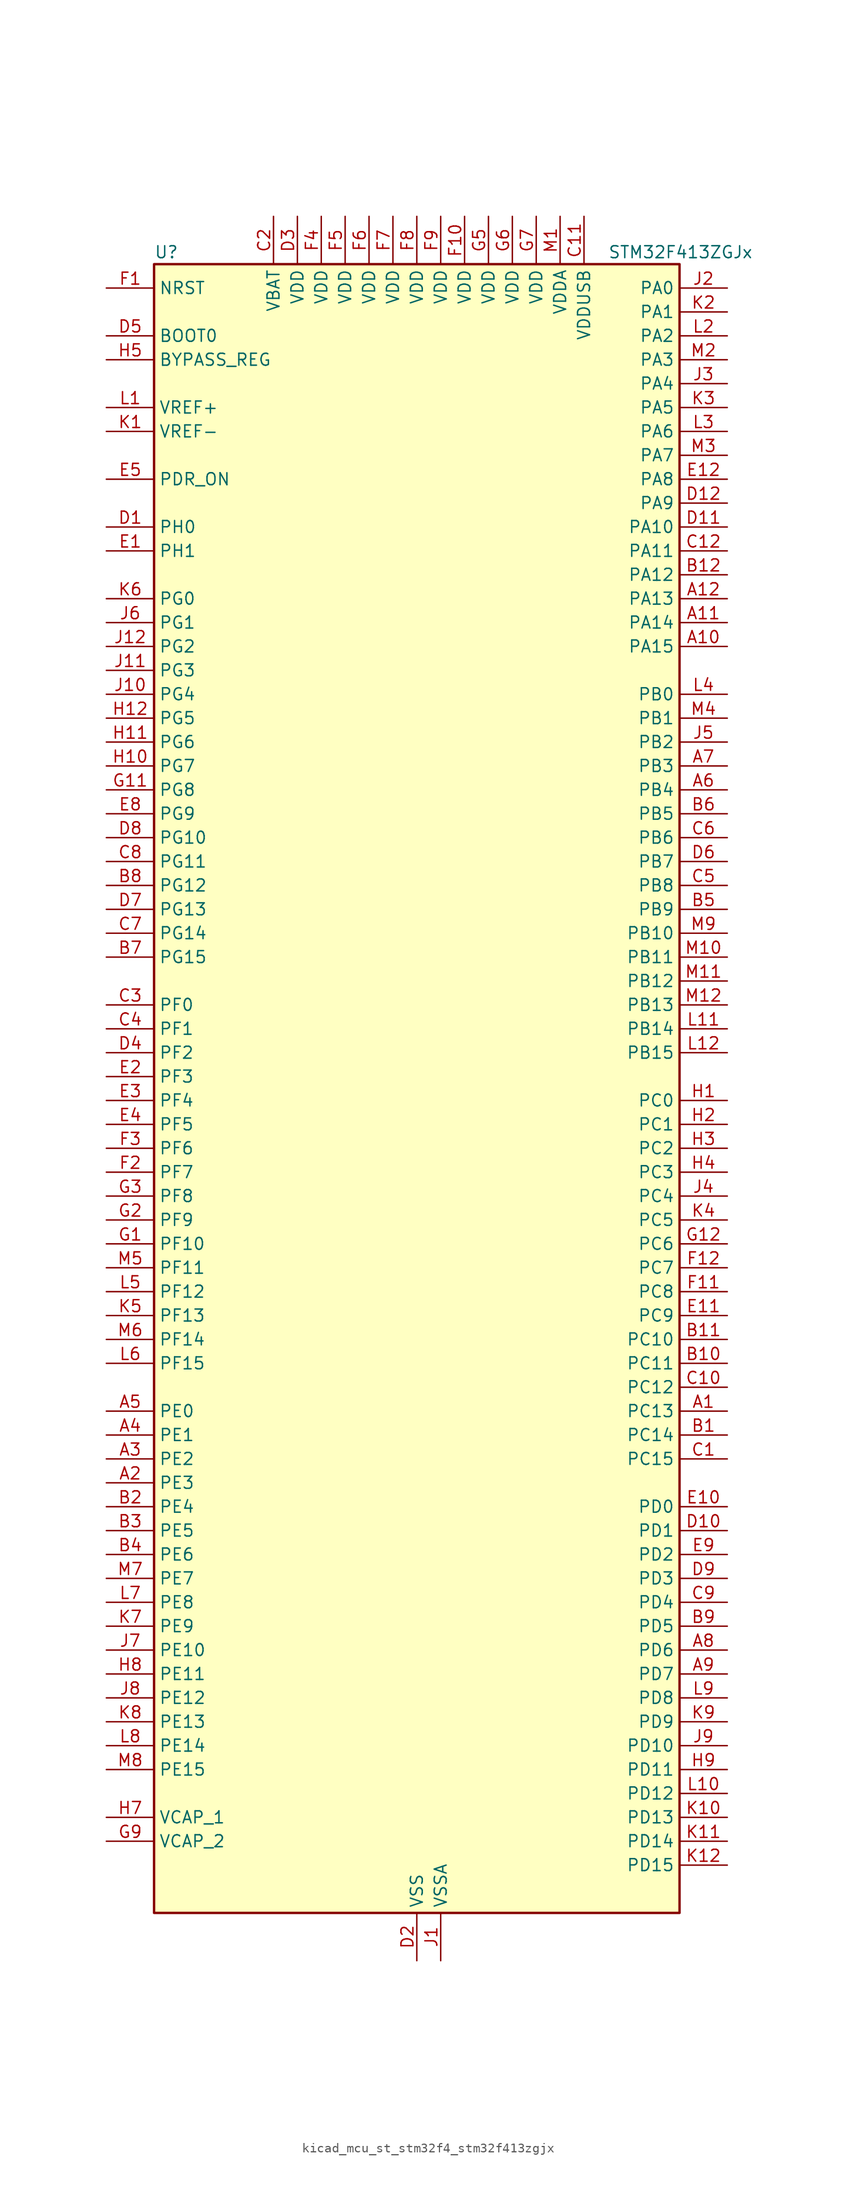
<source format=kicad_sym>
(kicad_symbol_lib
  (version 20220914)
  (generator kicad_symbol_editor)
  (symbol "kicad_mcu_st_stm32f4_stm32f413zgjx"
    (property "Reference" "U"
      (at -27.94 90.17 0)
      (effects (font (size 1.27 1.27)) (justify left)))
    (property "Value" "STM32F413ZGJx"
      (at 20.32 90.17 0)
      (effects (font (size 1.27 1.27)) (justify left)))
    (property "ki_locked" ""
      (at 0 0 0)
      (effects (font (size 1.27 1.27))))
    (symbol "kicad_mcu_st_stm32f4_stm32f413zgjx_0_1"
      (rectangle (start -27.94 -86.36) (end 27.94 88.9) (stroke (width 0.254) (type default)) (fill (type background))))
    (symbol "kicad_mcu_st_stm32f4_stm32f413zgjx_1_1"
      (pin bidirectional line (at 33.02 -33.02 180) (length 5.08) (name "PC13" (effects (font (size 1.27 1.27)))) (number "A1" (effects (font (size 1.27 1.27)))) (alternate "RTC_AF1" bidirectional line))
      (pin bidirectional line (at 33.02 48.26 180) (length 5.08) (name "PA15" (effects (font (size 1.27 1.27)))) (number "A10" (effects (font (size 1.27 1.27)))) (alternate "ADC1_EXTI15" bidirectional line) (alternate "CAN3_TX" bidirectional line) (alternate "I2S1_WS" bidirectional line) (alternate "I2S3_WS" bidirectional line) (alternate "SAI1_MCLK_A" bidirectional line) (alternate "SPI1_NSS" bidirectional line) (alternate "SPI3_NSS" bidirectional line) (alternate "SYS_JTDI" bidirectional line) (alternate "TIM2_CH1" bidirectional line) (alternate "TIM2_ETR" bidirectional line) (alternate "UART7_TX" bidirectional line) (alternate "USART1_TX" bidirectional line))
      (pin bidirectional line (at 33.02 50.8 180) (length 5.08) (name "PA14" (effects (font (size 1.27 1.27)))) (number "A11" (effects (font (size 1.27 1.27)))) (alternate "SYS_JTCK-SWCLK" bidirectional line))
      (pin bidirectional line (at 33.02 53.34 180) (length 5.08) (name "PA13" (effects (font (size 1.27 1.27)))) (number "A12" (effects (font (size 1.27 1.27)))) (alternate "SYS_JTMS-SWDIO" bidirectional line))
      (pin bidirectional line (at -33.02 -40.64 0) (length 5.08) (name "PE3" (effects (font (size 1.27 1.27)))) (number "A2" (effects (font (size 1.27 1.27)))) (alternate "FSMC_A19" bidirectional line) (alternate "SAI1_SD_B" bidirectional line) (alternate "SYS_TRACED0" bidirectional line) (alternate "UART10_TX" bidirectional line))
      (pin bidirectional line (at -33.02 -38.1 0) (length 5.08) (name "PE2" (effects (font (size 1.27 1.27)))) (number "A3" (effects (font (size 1.27 1.27)))) (alternate "FSMC_A23" bidirectional line) (alternate "I2S4_CK" bidirectional line) (alternate "I2S5_CK" bidirectional line) (alternate "QUADSPI_BK1_IO2" bidirectional line) (alternate "SAI1_MCLK_A" bidirectional line) (alternate "SPI4_SCK" bidirectional line) (alternate "SPI5_SCK" bidirectional line) (alternate "SYS_TRACECLK" bidirectional line) (alternate "UART10_RX" bidirectional line))
      (pin bidirectional line (at -33.02 -35.56 0) (length 5.08) (name "PE1" (effects (font (size 1.27 1.27)))) (number "A4" (effects (font (size 1.27 1.27)))) (alternate "DFSDM2_DATIN4" bidirectional line) (alternate "FSMC_NBL1" bidirectional line) (alternate "UART8_TX" bidirectional line))
      (pin bidirectional line (at -33.02 -33.02 0) (length 5.08) (name "PE0" (effects (font (size 1.27 1.27)))) (number "A5" (effects (font (size 1.27 1.27)))) (alternate "DFSDM2_CKIN4" bidirectional line) (alternate "FSMC_NBL0" bidirectional line) (alternate "TIM4_ETR" bidirectional line) (alternate "UART8_RX" bidirectional line))
      (pin bidirectional line (at 33.02 33.02 180) (length 5.08) (name "PB4" (effects (font (size 1.27 1.27)))) (number "A6" (effects (font (size 1.27 1.27)))) (alternate "CAN3_TX" bidirectional line) (alternate "I2C3_SDA" bidirectional line) (alternate "I2S3_ext_SD" bidirectional line) (alternate "SAI1_SCK_A" bidirectional line) (alternate "SDIO_D0" bidirectional line) (alternate "SPI1_MISO" bidirectional line) (alternate "SPI3_MISO" bidirectional line) (alternate "SYS_JTRST" bidirectional line) (alternate "TIM3_CH1" bidirectional line) (alternate "UART7_TX" bidirectional line))
      (pin bidirectional line (at 33.02 35.56 180) (length 5.08) (name "PB3" (effects (font (size 1.27 1.27)))) (number "A7" (effects (font (size 1.27 1.27)))) (alternate "CAN3_RX" bidirectional line) (alternate "FMPI2C1_SDA" bidirectional line) (alternate "I2C2_SDA" bidirectional line) (alternate "I2S1_CK" bidirectional line) (alternate "I2S3_CK" bidirectional line) (alternate "SAI1_SD_A" bidirectional line) (alternate "SPI1_SCK" bidirectional line) (alternate "SPI3_SCK" bidirectional line) (alternate "SYS_JTDO-SWO" bidirectional line) (alternate "TIM2_CH2" bidirectional line) (alternate "UART7_RX" bidirectional line) (alternate "USART1_RX" bidirectional line))
      (pin bidirectional line (at 33.02 -58.42 180) (length 5.08) (name "PD6" (effects (font (size 1.27 1.27)))) (number "A8" (effects (font (size 1.27 1.27)))) (alternate "DFSDM1_DATIN1" bidirectional line) (alternate "FSMC_NWAIT" bidirectional line) (alternate "I2S3_SD" bidirectional line) (alternate "SPI3_MOSI" bidirectional line) (alternate "USART2_RX" bidirectional line))
      (pin bidirectional line (at 33.02 -60.96 180) (length 5.08) (name "PD7" (effects (font (size 1.27 1.27)))) (number "A9" (effects (font (size 1.27 1.27)))) (alternate "DFSDM1_CKIN1" bidirectional line) (alternate "FSMC_NE1" bidirectional line) (alternate "USART2_CK" bidirectional line))
      (pin bidirectional line (at 33.02 -35.56 180) (length 5.08) (name "PC14" (effects (font (size 1.27 1.27)))) (number "B1" (effects (font (size 1.27 1.27)))) (alternate "RCC_OSC32_IN" bidirectional line))
      (pin bidirectional line (at 33.02 -27.94 180) (length 5.08) (name "PC11" (effects (font (size 1.27 1.27)))) (number "B10" (effects (font (size 1.27 1.27)))) (alternate "ADC1_EXTI11" bidirectional line) (alternate "DFSDM2_DATIN5" bidirectional line) (alternate "FSMC_D2" bidirectional line) (alternate "FSMC_DA2" bidirectional line) (alternate "I2S3_ext_SD" bidirectional line) (alternate "QUADSPI_BK2_NCS" bidirectional line) (alternate "SDIO_D3" bidirectional line) (alternate "SPI3_MISO" bidirectional line) (alternate "UART4_RX" bidirectional line) (alternate "USART3_RX" bidirectional line))
      (pin bidirectional line (at 33.02 -25.4 180) (length 5.08) (name "PC10" (effects (font (size 1.27 1.27)))) (number "B11" (effects (font (size 1.27 1.27)))) (alternate "DFSDM2_CKIN5" bidirectional line) (alternate "I2S3_CK" bidirectional line) (alternate "QUADSPI_BK1_IO1" bidirectional line) (alternate "SDIO_D2" bidirectional line) (alternate "SPI3_SCK" bidirectional line) (alternate "USART3_TX" bidirectional line))
      (pin bidirectional line (at 33.02 55.88 180) (length 5.08) (name "PA12" (effects (font (size 1.27 1.27)))) (number "B12" (effects (font (size 1.27 1.27)))) (alternate "CAN1_TX" bidirectional line) (alternate "DFSDM2_DATIN5" bidirectional line) (alternate "SPI2_MISO" bidirectional line) (alternate "SPI5_MISO" bidirectional line) (alternate "TIM1_ETR" bidirectional line) (alternate "UART4_TX" bidirectional line) (alternate "USART1_RTS" bidirectional line) (alternate "USART6_RX" bidirectional line) (alternate "USB_OTG_FS_DP" bidirectional line))
      (pin bidirectional line (at -33.02 -43.18 0) (length 5.08) (name "PE4" (effects (font (size 1.27 1.27)))) (number "B2" (effects (font (size 1.27 1.27)))) (alternate "DFSDM1_DATIN3" bidirectional line) (alternate "FSMC_A20" bidirectional line) (alternate "I2S4_WS" bidirectional line) (alternate "I2S5_WS" bidirectional line) (alternate "SAI1_SD_A" bidirectional line) (alternate "SPI4_NSS" bidirectional line) (alternate "SPI5_NSS" bidirectional line) (alternate "SYS_TRACED1" bidirectional line))
      (pin bidirectional line (at -33.02 -45.72 0) (length 5.08) (name "PE5" (effects (font (size 1.27 1.27)))) (number "B3" (effects (font (size 1.27 1.27)))) (alternate "DFSDM1_CKIN3" bidirectional line) (alternate "FSMC_A21" bidirectional line) (alternate "SAI1_SCK_A" bidirectional line) (alternate "SPI4_MISO" bidirectional line) (alternate "SPI5_MISO" bidirectional line) (alternate "SYS_TRACED2" bidirectional line) (alternate "TIM9_CH1" bidirectional line))
      (pin bidirectional line (at -33.02 -48.26 0) (length 5.08) (name "PE6" (effects (font (size 1.27 1.27)))) (number "B4" (effects (font (size 1.27 1.27)))) (alternate "FSMC_A22" bidirectional line) (alternate "I2S4_SD" bidirectional line) (alternate "I2S5_SD" bidirectional line) (alternate "SAI1_FS_A" bidirectional line) (alternate "SPI4_MOSI" bidirectional line) (alternate "SPI5_MOSI" bidirectional line) (alternate "SYS_TRACED3" bidirectional line) (alternate "TIM9_CH2" bidirectional line))
      (pin bidirectional line (at 33.02 20.32 180) (length 5.08) (name "PB9" (effects (font (size 1.27 1.27)))) (number "B5" (effects (font (size 1.27 1.27)))) (alternate "CAN1_TX" bidirectional line) (alternate "DAC_EXTI9" bidirectional line) (alternate "DFSDM2_DATIN1" bidirectional line) (alternate "I2C1_SDA" bidirectional line) (alternate "I2C2_SDA" bidirectional line) (alternate "I2S2_WS" bidirectional line) (alternate "SDIO_D5" bidirectional line) (alternate "SPI2_NSS" bidirectional line) (alternate "TIM11_CH1" bidirectional line) (alternate "TIM4_CH4" bidirectional line) (alternate "UART5_TX" bidirectional line))
      (pin bidirectional line (at 33.02 30.48 180) (length 5.08) (name "PB5" (effects (font (size 1.27 1.27)))) (number "B6" (effects (font (size 1.27 1.27)))) (alternate "CAN2_RX" bidirectional line) (alternate "I2C1_SMBA" bidirectional line) (alternate "I2S1_SD" bidirectional line) (alternate "I2S3_SD" bidirectional line) (alternate "LPTIM1_IN1" bidirectional line) (alternate "SAI1_FS_A" bidirectional line) (alternate "SDIO_D3" bidirectional line) (alternate "SPI1_MOSI" bidirectional line) (alternate "SPI3_MOSI" bidirectional line) (alternate "TIM3_CH2" bidirectional line) (alternate "UART5_RX" bidirectional line))
      (pin bidirectional line (at -33.02 15.24 0) (length 5.08) (name "PG15" (effects (font (size 1.27 1.27)))) (number "B7" (effects (font (size 1.27 1.27)))) (alternate "ADC1_EXTI15" bidirectional line) (alternate "USART6_CTS" bidirectional line))
      (pin bidirectional line (at -33.02 22.86 0) (length 5.08) (name "PG12" (effects (font (size 1.27 1.27)))) (number "B8" (effects (font (size 1.27 1.27)))) (alternate "CAN2_TX" bidirectional line) (alternate "FSMC_NE4" bidirectional line) (alternate "UART10_TX" bidirectional line) (alternate "USART6_RTS" bidirectional line))
      (pin bidirectional line (at 33.02 -55.88 180) (length 5.08) (name "PD5" (effects (font (size 1.27 1.27)))) (number "B9" (effects (font (size 1.27 1.27)))) (alternate "DFSDM2_CKOUT" bidirectional line) (alternate "FSMC_NWE" bidirectional line) (alternate "USART2_TX" bidirectional line))
      (pin bidirectional line (at 33.02 -38.1 180) (length 5.08) (name "PC15" (effects (font (size 1.27 1.27)))) (number "C1" (effects (font (size 1.27 1.27)))) (alternate "ADC1_EXTI15" bidirectional line) (alternate "RCC_OSC32_OUT" bidirectional line))
      (pin bidirectional line (at 33.02 -30.48 180) (length 5.08) (name "PC12" (effects (font (size 1.27 1.27)))) (number "C10" (effects (font (size 1.27 1.27)))) (alternate "FSMC_D3" bidirectional line) (alternate "FSMC_DA3" bidirectional line) (alternate "I2S3_SD" bidirectional line) (alternate "SDIO_CK" bidirectional line) (alternate "SPI3_MOSI" bidirectional line) (alternate "UART5_TX" bidirectional line) (alternate "USART3_CK" bidirectional line))
      (pin power_in line (at 17.78 93.98 270) (length 5.08) (name "VDDUSB" (effects (font (size 1.27 1.27)))) (number "C11" (effects (font (size 1.27 1.27)))))
      (pin bidirectional line (at 33.02 58.42 180) (length 5.08) (name "PA11" (effects (font (size 1.27 1.27)))) (number "C12" (effects (font (size 1.27 1.27)))) (alternate "ADC1_EXTI11" bidirectional line) (alternate "CAN1_RX" bidirectional line) (alternate "DFSDM2_CKIN5" bidirectional line) (alternate "I2S2_WS" bidirectional line) (alternate "SPI2_NSS" bidirectional line) (alternate "SPI4_MISO" bidirectional line) (alternate "TIM1_CH4" bidirectional line) (alternate "UART4_RX" bidirectional line) (alternate "USART1_CTS" bidirectional line) (alternate "USART6_TX" bidirectional line) (alternate "USB_OTG_FS_DM" bidirectional line))
      (pin power_in line (at -15.24 93.98 270) (length 5.08) (name "VBAT" (effects (font (size 1.27 1.27)))) (number "C2" (effects (font (size 1.27 1.27)))))
      (pin bidirectional line (at -33.02 10.16 0) (length 5.08) (name "PF0" (effects (font (size 1.27 1.27)))) (number "C3" (effects (font (size 1.27 1.27)))) (alternate "FSMC_A0" bidirectional line) (alternate "I2C2_SDA" bidirectional line))
      (pin bidirectional line (at -33.02 7.62 0) (length 5.08) (name "PF1" (effects (font (size 1.27 1.27)))) (number "C4" (effects (font (size 1.27 1.27)))) (alternate "FSMC_A1" bidirectional line) (alternate "I2C2_SCL" bidirectional line))
      (pin bidirectional line (at 33.02 22.86 180) (length 5.08) (name "PB8" (effects (font (size 1.27 1.27)))) (number "C5" (effects (font (size 1.27 1.27)))) (alternate "CAN1_RX" bidirectional line) (alternate "DFSDM2_CKIN1" bidirectional line) (alternate "I2C1_SCL" bidirectional line) (alternate "I2C3_SDA" bidirectional line) (alternate "I2S5_SD" bidirectional line) (alternate "LPTIM1_OUT" bidirectional line) (alternate "SDIO_D4" bidirectional line) (alternate "SPI5_MOSI" bidirectional line) (alternate "TIM10_CH1" bidirectional line) (alternate "TIM4_CH3" bidirectional line) (alternate "UART5_RX" bidirectional line))
      (pin bidirectional line (at 33.02 27.94 180) (length 5.08) (name "PB6" (effects (font (size 1.27 1.27)))) (number "C6" (effects (font (size 1.27 1.27)))) (alternate "CAN2_TX" bidirectional line) (alternate "DFSDM2_CKIN7" bidirectional line) (alternate "I2C1_SCL" bidirectional line) (alternate "LPTIM1_ETR" bidirectional line) (alternate "QUADSPI_BK1_NCS" bidirectional line) (alternate "SDIO_D0" bidirectional line) (alternate "TIM4_CH1" bidirectional line) (alternate "UART5_TX" bidirectional line) (alternate "USART1_TX" bidirectional line))
      (pin bidirectional line (at -33.02 17.78 0) (length 5.08) (name "PG14" (effects (font (size 1.27 1.27)))) (number "C7" (effects (font (size 1.27 1.27)))) (alternate "FSMC_A25" bidirectional line) (alternate "QUADSPI_BK2_IO3" bidirectional line) (alternate "SYS_TRACED3" bidirectional line) (alternate "USART6_TX" bidirectional line))
      (pin bidirectional line (at -33.02 25.4 0) (length 5.08) (name "PG11" (effects (font (size 1.27 1.27)))) (number "C8" (effects (font (size 1.27 1.27)))) (alternate "ADC1_EXTI11" bidirectional line) (alternate "CAN2_RX" bidirectional line) (alternate "UART10_RX" bidirectional line))
      (pin bidirectional line (at 33.02 -53.34 180) (length 5.08) (name "PD4" (effects (font (size 1.27 1.27)))) (number "C9" (effects (font (size 1.27 1.27)))) (alternate "DFSDM1_CKIN0" bidirectional line) (alternate "FSMC_NOE" bidirectional line) (alternate "USART2_RTS" bidirectional line))
      (pin bidirectional line (at -33.02 60.96 0) (length 5.08) (name "PH0" (effects (font (size 1.27 1.27)))) (number "D1" (effects (font (size 1.27 1.27)))) (alternate "RCC_OSC_IN" bidirectional line))
      (pin bidirectional line (at 33.02 -45.72 180) (length 5.08) (name "PD1" (effects (font (size 1.27 1.27)))) (number "D10" (effects (font (size 1.27 1.27)))) (alternate "CAN1_TX" bidirectional line) (alternate "DFSDM2_DATIN6" bidirectional line) (alternate "FSMC_D3" bidirectional line) (alternate "FSMC_DA3" bidirectional line) (alternate "UART4_TX" bidirectional line))
      (pin bidirectional line (at 33.02 60.96 180) (length 5.08) (name "PA10" (effects (font (size 1.27 1.27)))) (number "D11" (effects (font (size 1.27 1.27)))) (alternate "DFSDM2_DATIN3" bidirectional line) (alternate "I2S2_SD" bidirectional line) (alternate "I2S5_SD" bidirectional line) (alternate "SPI2_MOSI" bidirectional line) (alternate "SPI5_MOSI" bidirectional line) (alternate "TIM1_CH3" bidirectional line) (alternate "USART1_RX" bidirectional line) (alternate "USB_OTG_FS_ID" bidirectional line))
      (pin bidirectional line (at 33.02 63.5 180) (length 5.08) (name "PA9" (effects (font (size 1.27 1.27)))) (number "D12" (effects (font (size 1.27 1.27)))) (alternate "DAC_EXTI9" bidirectional line) (alternate "DFSDM2_CKIN3" bidirectional line) (alternate "I2C3_SMBA" bidirectional line) (alternate "I2S2_CK" bidirectional line) (alternate "SDIO_D2" bidirectional line) (alternate "SPI2_SCK" bidirectional line) (alternate "TIM1_CH2" bidirectional line) (alternate "USART1_TX" bidirectional line) (alternate "USB_OTG_FS_VBUS" bidirectional line))
      (pin power_in line (at 0 -91.44 90) (length 5.08) (name "VSS" (effects (font (size 1.27 1.27)))) (number "D2" (effects (font (size 1.27 1.27)))))
      (pin power_in line (at -12.7 93.98 270) (length 5.08) (name "VDD" (effects (font (size 1.27 1.27)))) (number "D3" (effects (font (size 1.27 1.27)))))
      (pin bidirectional line (at -33.02 5.08 0) (length 5.08) (name "PF2" (effects (font (size 1.27 1.27)))) (number "D4" (effects (font (size 1.27 1.27)))) (alternate "FSMC_A2" bidirectional line) (alternate "I2C2_SMBA" bidirectional line))
      (pin input line (at -33.02 81.28 0) (length 5.08) (name "BOOT0" (effects (font (size 1.27 1.27)))) (number "D5" (effects (font (size 1.27 1.27)))))
      (pin bidirectional line (at 33.02 25.4 180) (length 5.08) (name "PB7" (effects (font (size 1.27 1.27)))) (number "D6" (effects (font (size 1.27 1.27)))) (alternate "DFSDM2_DATIN7" bidirectional line) (alternate "FSMC_NL" bidirectional line) (alternate "I2C1_SDA" bidirectional line) (alternate "LPTIM1_IN2" bidirectional line) (alternate "TIM4_CH2" bidirectional line) (alternate "USART1_RX" bidirectional line))
      (pin bidirectional line (at -33.02 20.32 0) (length 5.08) (name "PG13" (effects (font (size 1.27 1.27)))) (number "D7" (effects (font (size 1.27 1.27)))) (alternate "FSMC_A24" bidirectional line) (alternate "SYS_TRACED2" bidirectional line) (alternate "USART6_CTS" bidirectional line))
      (pin bidirectional line (at -33.02 27.94 0) (length 5.08) (name "PG10" (effects (font (size 1.27 1.27)))) (number "D8" (effects (font (size 1.27 1.27)))) (alternate "FSMC_NE3" bidirectional line))
      (pin bidirectional line (at 33.02 -50.8 180) (length 5.08) (name "PD3" (effects (font (size 1.27 1.27)))) (number "D9" (effects (font (size 1.27 1.27)))) (alternate "DFSDM1_DATIN0" bidirectional line) (alternate "FSMC_CLK" bidirectional line) (alternate "I2S2_CK" bidirectional line) (alternate "QUADSPI_CLK" bidirectional line) (alternate "SPI2_SCK" bidirectional line) (alternate "SYS_TRACED1" bidirectional line) (alternate "USART2_CTS" bidirectional line))
      (pin bidirectional line (at -33.02 58.42 0) (length 5.08) (name "PH1" (effects (font (size 1.27 1.27)))) (number "E1" (effects (font (size 1.27 1.27)))) (alternate "RCC_OSC_OUT" bidirectional line))
      (pin bidirectional line (at 33.02 -43.18 180) (length 5.08) (name "PD0" (effects (font (size 1.27 1.27)))) (number "E10" (effects (font (size 1.27 1.27)))) (alternate "CAN1_RX" bidirectional line) (alternate "DFSDM2_CKIN6" bidirectional line) (alternate "FSMC_D2" bidirectional line) (alternate "FSMC_DA2" bidirectional line) (alternate "UART4_RX" bidirectional line))
      (pin bidirectional line (at 33.02 -22.86 180) (length 5.08) (name "PC9" (effects (font (size 1.27 1.27)))) (number "E11" (effects (font (size 1.27 1.27)))) (alternate "DAC_EXTI9" bidirectional line) (alternate "DFSDM2_DATIN3" bidirectional line) (alternate "I2C3_SDA" bidirectional line) (alternate "I2S_CKIN" bidirectional line) (alternate "QUADSPI_BK1_IO0" bidirectional line) (alternate "RCC_MCO_2" bidirectional line) (alternate "SDIO_D1" bidirectional line) (alternate "TIM3_CH4" bidirectional line) (alternate "TIM8_CH4" bidirectional line))
      (pin bidirectional line (at 33.02 66.04 180) (length 5.08) (name "PA8" (effects (font (size 1.27 1.27)))) (number "E12" (effects (font (size 1.27 1.27)))) (alternate "CAN3_RX" bidirectional line) (alternate "DFSDM1_CKOUT" bidirectional line) (alternate "I2C3_SCL" bidirectional line) (alternate "RCC_MCO_1" bidirectional line) (alternate "SDIO_D1" bidirectional line) (alternate "TIM1_CH1" bidirectional line) (alternate "UART7_RX" bidirectional line) (alternate "USART1_CK" bidirectional line) (alternate "USB_OTG_FS_SOF" bidirectional line))
      (pin bidirectional line (at -33.02 2.54 0) (length 5.08) (name "PF3" (effects (font (size 1.27 1.27)))) (number "E2" (effects (font (size 1.27 1.27)))) (alternate "FSMC_A3" bidirectional line) (alternate "TIM5_CH1" bidirectional line))
      (pin bidirectional line (at -33.02 0 0) (length 5.08) (name "PF4" (effects (font (size 1.27 1.27)))) (number "E3" (effects (font (size 1.27 1.27)))) (alternate "FSMC_A4" bidirectional line) (alternate "TIM5_CH2" bidirectional line))
      (pin bidirectional line (at -33.02 -2.54 0) (length 5.08) (name "PF5" (effects (font (size 1.27 1.27)))) (number "E4" (effects (font (size 1.27 1.27)))) (alternate "FSMC_A5" bidirectional line) (alternate "TIM5_CH3" bidirectional line))
      (pin input line (at -33.02 66.04 0) (length 5.08) (name "PDR_ON" (effects (font (size 1.27 1.27)))) (number "E5" (effects (font (size 1.27 1.27)))))
      (pin passive line (at 0 -91.44 90) (length 5.08) hide (name "VSS" (effects (font (size 1.27 1.27)))) (number "E6" (effects (font (size 1.27 1.27)))))
      (pin passive line (at 0 -91.44 90) (length 5.08) hide (name "VSS" (effects (font (size 1.27 1.27)))) (number "E7" (effects (font (size 1.27 1.27)))))
      (pin bidirectional line (at -33.02 30.48 0) (length 5.08) (name "PG9" (effects (font (size 1.27 1.27)))) (number "E8" (effects (font (size 1.27 1.27)))) (alternate "DAC_EXTI9" bidirectional line) (alternate "FSMC_NE2" bidirectional line) (alternate "QUADSPI_BK2_IO2" bidirectional line) (alternate "USART6_RX" bidirectional line))
      (pin bidirectional line (at 33.02 -48.26 180) (length 5.08) (name "PD2" (effects (font (size 1.27 1.27)))) (number "E9" (effects (font (size 1.27 1.27)))) (alternate "DFSDM2_CKOUT" bidirectional line) (alternate "FSMC_NWE" bidirectional line) (alternate "SDIO_CMD" bidirectional line) (alternate "TIM3_ETR" bidirectional line) (alternate "UART5_RX" bidirectional line))
      (pin input line (at -33.02 86.36 0) (length 5.08) (name "NRST" (effects (font (size 1.27 1.27)))) (number "F1" (effects (font (size 1.27 1.27)))))
      (pin power_in line (at 5.08 93.98 270) (length 5.08) (name "VDD" (effects (font (size 1.27 1.27)))) (number "F10" (effects (font (size 1.27 1.27)))))
      (pin bidirectional line (at 33.02 -20.32 180) (length 5.08) (name "PC8" (effects (font (size 1.27 1.27)))) (number "F11" (effects (font (size 1.27 1.27)))) (alternate "DFSDM2_CKIN3" bidirectional line) (alternate "QUADSPI_BK1_IO2" bidirectional line) (alternate "SDIO_D0" bidirectional line) (alternate "TIM3_CH3" bidirectional line) (alternate "TIM8_CH3" bidirectional line) (alternate "USART6_CK" bidirectional line))
      (pin bidirectional line (at 33.02 -17.78 180) (length 5.08) (name "PC7" (effects (font (size 1.27 1.27)))) (number "F12" (effects (font (size 1.27 1.27)))) (alternate "DFSDM1_DATIN3" bidirectional line) (alternate "DFSDM2_CKIN6" bidirectional line) (alternate "FMPI2C1_SDA" bidirectional line) (alternate "I2S2_CK" bidirectional line) (alternate "I2S3_MCK" bidirectional line) (alternate "SDIO_D7" bidirectional line) (alternate "SPI2_SCK" bidirectional line) (alternate "TIM3_CH2" bidirectional line) (alternate "TIM8_CH2" bidirectional line) (alternate "USART6_RX" bidirectional line))
      (pin bidirectional line (at -33.02 -7.62 0) (length 5.08) (name "PF7" (effects (font (size 1.27 1.27)))) (number "F2" (effects (font (size 1.27 1.27)))) (alternate "QUADSPI_BK1_IO2" bidirectional line) (alternate "SAI1_MCLK_B" bidirectional line) (alternate "SYS_TRACED1" bidirectional line) (alternate "TIM11_CH1" bidirectional line) (alternate "UART7_TX" bidirectional line))
      (pin bidirectional line (at -33.02 -5.08 0) (length 5.08) (name "PF6" (effects (font (size 1.27 1.27)))) (number "F3" (effects (font (size 1.27 1.27)))) (alternate "QUADSPI_BK1_IO3" bidirectional line) (alternate "SAI1_SD_B" bidirectional line) (alternate "SYS_TRACED0" bidirectional line) (alternate "TIM10_CH1" bidirectional line) (alternate "UART7_RX" bidirectional line))
      (pin power_in line (at -10.16 93.98 270) (length 5.08) (name "VDD" (effects (font (size 1.27 1.27)))) (number "F4" (effects (font (size 1.27 1.27)))))
      (pin power_in line (at -7.62 93.98 270) (length 5.08) (name "VDD" (effects (font (size 1.27 1.27)))) (number "F5" (effects (font (size 1.27 1.27)))))
      (pin power_in line (at -5.08 93.98 270) (length 5.08) (name "VDD" (effects (font (size 1.27 1.27)))) (number "F6" (effects (font (size 1.27 1.27)))))
      (pin power_in line (at -2.54 93.98 270) (length 5.08) (name "VDD" (effects (font (size 1.27 1.27)))) (number "F7" (effects (font (size 1.27 1.27)))))
      (pin power_in line (at 0 93.98 270) (length 5.08) (name "VDD" (effects (font (size 1.27 1.27)))) (number "F8" (effects (font (size 1.27 1.27)))))
      (pin power_in line (at 2.54 93.98 270) (length 5.08) (name "VDD" (effects (font (size 1.27 1.27)))) (number "F9" (effects (font (size 1.27 1.27)))))
      (pin bidirectional line (at -33.02 -15.24 0) (length 5.08) (name "PF10" (effects (font (size 1.27 1.27)))) (number "G1" (effects (font (size 1.27 1.27)))) (alternate "TIM1_ETR" bidirectional line) (alternate "TIM5_CH4" bidirectional line))
      (pin passive line (at 0 -91.44 90) (length 5.08) hide (name "VSS" (effects (font (size 1.27 1.27)))) (number "G10" (effects (font (size 1.27 1.27)))))
      (pin bidirectional line (at -33.02 33.02 0) (length 5.08) (name "PG8" (effects (font (size 1.27 1.27)))) (number "G11" (effects (font (size 1.27 1.27)))) (alternate "USART6_RTS" bidirectional line))
      (pin bidirectional line (at 33.02 -15.24 180) (length 5.08) (name "PC6" (effects (font (size 1.27 1.27)))) (number "G12" (effects (font (size 1.27 1.27)))) (alternate "DFSDM1_CKIN3" bidirectional line) (alternate "DFSDM2_DATIN6" bidirectional line) (alternate "FMPI2C1_SCL" bidirectional line) (alternate "FSMC_D1" bidirectional line) (alternate "FSMC_DA1" bidirectional line) (alternate "I2S2_MCK" bidirectional line) (alternate "SDIO_D6" bidirectional line) (alternate "TIM3_CH1" bidirectional line) (alternate "TIM8_CH1" bidirectional line) (alternate "USART6_TX" bidirectional line))
      (pin bidirectional line (at -33.02 -12.7 0) (length 5.08) (name "PF9" (effects (font (size 1.27 1.27)))) (number "G2" (effects (font (size 1.27 1.27)))) (alternate "DAC_EXTI9" bidirectional line) (alternate "QUADSPI_BK1_IO1" bidirectional line) (alternate "SAI1_FS_B" bidirectional line) (alternate "TIM14_CH1" bidirectional line) (alternate "UART8_TX" bidirectional line))
      (pin bidirectional line (at -33.02 -10.16 0) (length 5.08) (name "PF8" (effects (font (size 1.27 1.27)))) (number "G3" (effects (font (size 1.27 1.27)))) (alternate "QUADSPI_BK1_IO0" bidirectional line) (alternate "SAI1_SCK_B" bidirectional line) (alternate "TIM13_CH1" bidirectional line) (alternate "UART8_RX" bidirectional line))
      (pin passive line (at 0 -91.44 90) (length 5.08) hide (name "VSS" (effects (font (size 1.27 1.27)))) (number "G4" (effects (font (size 1.27 1.27)))))
      (pin power_in line (at 7.62 93.98 270) (length 5.08) (name "VDD" (effects (font (size 1.27 1.27)))) (number "G5" (effects (font (size 1.27 1.27)))))
      (pin power_in line (at 10.16 93.98 270) (length 5.08) (name "VDD" (effects (font (size 1.27 1.27)))) (number "G6" (effects (font (size 1.27 1.27)))))
      (pin power_in line (at 12.7 93.98 270) (length 5.08) (name "VDD" (effects (font (size 1.27 1.27)))) (number "G7" (effects (font (size 1.27 1.27)))))
      (pin passive line (at 0 -91.44 90) (length 5.08) hide (name "VSS" (effects (font (size 1.27 1.27)))) (number "G8" (effects (font (size 1.27 1.27)))))
      (pin power_out line (at -33.02 -78.74 0) (length 5.08) (name "VCAP_2" (effects (font (size 1.27 1.27)))) (number "G9" (effects (font (size 1.27 1.27)))))
      (pin bidirectional line (at 33.02 0 180) (length 5.08) (name "PC0" (effects (font (size 1.27 1.27)))) (number "H1" (effects (font (size 1.27 1.27)))) (alternate "ADC1_IN10" bidirectional line) (alternate "DFSDM2_CKIN4" bidirectional line) (alternate "LPTIM1_IN1" bidirectional line) (alternate "SAI1_MCLK_B" bidirectional line) (alternate "SYS_WKUP2" bidirectional line))
      (pin bidirectional line (at -33.02 35.56 0) (length 5.08) (name "PG7" (effects (font (size 1.27 1.27)))) (number "H10" (effects (font (size 1.27 1.27)))) (alternate "USART6_CK" bidirectional line))
      (pin bidirectional line (at -33.02 38.1 0) (length 5.08) (name "PG6" (effects (font (size 1.27 1.27)))) (number "H11" (effects (font (size 1.27 1.27)))) (alternate "QUADSPI_BK1_NCS" bidirectional line))
      (pin bidirectional line (at -33.02 40.64 0) (length 5.08) (name "PG5" (effects (font (size 1.27 1.27)))) (number "H12" (effects (font (size 1.27 1.27)))) (alternate "FSMC_A15" bidirectional line))
      (pin bidirectional line (at 33.02 -2.54 180) (length 5.08) (name "PC1" (effects (font (size 1.27 1.27)))) (number "H2" (effects (font (size 1.27 1.27)))) (alternate "ADC1_IN11" bidirectional line) (alternate "DFSDM2_DATIN4" bidirectional line) (alternate "LPTIM1_OUT" bidirectional line) (alternate "SAI1_SD_B" bidirectional line) (alternate "SYS_WKUP3" bidirectional line))
      (pin bidirectional line (at 33.02 -5.08 180) (length 5.08) (name "PC2" (effects (font (size 1.27 1.27)))) (number "H3" (effects (font (size 1.27 1.27)))) (alternate "ADC1_IN12" bidirectional line) (alternate "DFSDM1_CKOUT" bidirectional line) (alternate "DFSDM2_DATIN7" bidirectional line) (alternate "FSMC_NWE" bidirectional line) (alternate "I2S2_ext_SD" bidirectional line) (alternate "LPTIM1_IN2" bidirectional line) (alternate "SAI1_SCK_B" bidirectional line) (alternate "SPI2_MISO" bidirectional line))
      (pin bidirectional line (at 33.02 -7.62 180) (length 5.08) (name "PC3" (effects (font (size 1.27 1.27)))) (number "H4" (effects (font (size 1.27 1.27)))) (alternate "ADC1_IN13" bidirectional line) (alternate "DFSDM2_CKIN7" bidirectional line) (alternate "FSMC_A0" bidirectional line) (alternate "I2S2_SD" bidirectional line) (alternate "LPTIM1_ETR" bidirectional line) (alternate "SAI1_FS_B" bidirectional line) (alternate "SPI2_MOSI" bidirectional line))
      (pin input line (at -33.02 78.74 0) (length 5.08) (name "BYPASS_REG" (effects (font (size 1.27 1.27)))) (number "H5" (effects (font (size 1.27 1.27)))))
      (pin passive line (at 0 -91.44 90) (length 5.08) hide (name "VSS" (effects (font (size 1.27 1.27)))) (number "H6" (effects (font (size 1.27 1.27)))))
      (pin power_out line (at -33.02 -76.2 0) (length 5.08) (name "VCAP_1" (effects (font (size 1.27 1.27)))) (number "H7" (effects (font (size 1.27 1.27)))))
      (pin bidirectional line (at -33.02 -60.96 0) (length 5.08) (name "PE11" (effects (font (size 1.27 1.27)))) (number "H8" (effects (font (size 1.27 1.27)))) (alternate "ADC1_EXTI11" bidirectional line) (alternate "DFSDM2_CKIN0" bidirectional line) (alternate "FSMC_D8" bidirectional line) (alternate "FSMC_DA8" bidirectional line) (alternate "I2S4_WS" bidirectional line) (alternate "I2S5_WS" bidirectional line) (alternate "SPI4_NSS" bidirectional line) (alternate "SPI5_NSS" bidirectional line) (alternate "TIM1_CH2" bidirectional line))
      (pin bidirectional line (at 33.02 -71.12 180) (length 5.08) (name "PD11" (effects (font (size 1.27 1.27)))) (number "H9" (effects (font (size 1.27 1.27)))) (alternate "ADC1_EXTI11" bidirectional line) (alternate "DFSDM2_DATIN2" bidirectional line) (alternate "FMPI2C1_SMBA" bidirectional line) (alternate "FSMC_A16" bidirectional line) (alternate "QUADSPI_BK1_IO0" bidirectional line) (alternate "USART3_CTS" bidirectional line))
      (pin power_in line (at 2.54 -91.44 90) (length 5.08) (name "VSSA" (effects (font (size 1.27 1.27)))) (number "J1" (effects (font (size 1.27 1.27)))))
      (pin bidirectional line (at -33.02 43.18 0) (length 5.08) (name "PG4" (effects (font (size 1.27 1.27)))) (number "J10" (effects (font (size 1.27 1.27)))) (alternate "FSMC_A14" bidirectional line))
      (pin bidirectional line (at -33.02 45.72 0) (length 5.08) (name "PG3" (effects (font (size 1.27 1.27)))) (number "J11" (effects (font (size 1.27 1.27)))) (alternate "FSMC_A13" bidirectional line))
      (pin bidirectional line (at -33.02 48.26 0) (length 5.08) (name "PG2" (effects (font (size 1.27 1.27)))) (number "J12" (effects (font (size 1.27 1.27)))) (alternate "FSMC_A12" bidirectional line))
      (pin bidirectional line (at 33.02 86.36 180) (length 5.08) (name "PA0" (effects (font (size 1.27 1.27)))) (number "J2" (effects (font (size 1.27 1.27)))) (alternate "ADC1_IN0" bidirectional line) (alternate "SYS_WKUP1" bidirectional line) (alternate "TIM2_CH1" bidirectional line) (alternate "TIM2_ETR" bidirectional line) (alternate "TIM5_CH1" bidirectional line) (alternate "TIM8_ETR" bidirectional line) (alternate "UART4_TX" bidirectional line) (alternate "USART2_CTS" bidirectional line))
      (pin bidirectional line (at 33.02 76.2 180) (length 5.08) (name "PA4" (effects (font (size 1.27 1.27)))) (number "J3" (effects (font (size 1.27 1.27)))) (alternate "ADC1_IN4" bidirectional line) (alternate "DAC_OUT1" bidirectional line) (alternate "DFSDM1_DATIN1" bidirectional line) (alternate "FSMC_D6" bidirectional line) (alternate "FSMC_DA6" bidirectional line) (alternate "I2S1_WS" bidirectional line) (alternate "I2S3_WS" bidirectional line) (alternate "SPI1_NSS" bidirectional line) (alternate "SPI3_NSS" bidirectional line) (alternate "USART2_CK" bidirectional line))
      (pin bidirectional line (at 33.02 -10.16 180) (length 5.08) (name "PC4" (effects (font (size 1.27 1.27)))) (number "J4" (effects (font (size 1.27 1.27)))) (alternate "ADC1_IN14" bidirectional line) (alternate "DFSDM2_CKIN2" bidirectional line) (alternate "FSMC_NE4" bidirectional line) (alternate "I2S1_MCK" bidirectional line) (alternate "QUADSPI_BK2_IO2" bidirectional line))
      (pin bidirectional line (at 33.02 38.1 180) (length 5.08) (name "PB2" (effects (font (size 1.27 1.27)))) (number "J5" (effects (font (size 1.27 1.27)))) (alternate "DFSDM1_CKIN0" bidirectional line) (alternate "LPTIM1_OUT" bidirectional line) (alternate "QUADSPI_CLK" bidirectional line))
      (pin bidirectional line (at -33.02 50.8 0) (length 5.08) (name "PG1" (effects (font (size 1.27 1.27)))) (number "J6" (effects (font (size 1.27 1.27)))) (alternate "CAN1_TX" bidirectional line) (alternate "FSMC_A11" bidirectional line) (alternate "UART9_TX" bidirectional line))
      (pin bidirectional line (at -33.02 -58.42 0) (length 5.08) (name "PE10" (effects (font (size 1.27 1.27)))) (number "J7" (effects (font (size 1.27 1.27)))) (alternate "DFSDM2_DATIN0" bidirectional line) (alternate "FSMC_D7" bidirectional line) (alternate "FSMC_DA7" bidirectional line) (alternate "QUADSPI_BK2_IO3" bidirectional line) (alternate "TIM1_CH2N" bidirectional line))
      (pin bidirectional line (at -33.02 -63.5 0) (length 5.08) (name "PE12" (effects (font (size 1.27 1.27)))) (number "J8" (effects (font (size 1.27 1.27)))) (alternate "DFSDM2_DATIN7" bidirectional line) (alternate "FSMC_D9" bidirectional line) (alternate "FSMC_DA9" bidirectional line) (alternate "I2S4_CK" bidirectional line) (alternate "I2S5_CK" bidirectional line) (alternate "SPI4_SCK" bidirectional line) (alternate "SPI5_SCK" bidirectional line) (alternate "TIM1_CH3N" bidirectional line))
      (pin bidirectional line (at 33.02 -68.58 180) (length 5.08) (name "PD10" (effects (font (size 1.27 1.27)))) (number "J9" (effects (font (size 1.27 1.27)))) (alternate "FSMC_D15" bidirectional line) (alternate "FSMC_DA15" bidirectional line) (alternate "UART4_TX" bidirectional line) (alternate "USART3_CK" bidirectional line))
      (pin input line (at -33.02 71.12 0) (length 5.08) (name "VREF-" (effects (font (size 1.27 1.27)))) (number "K1" (effects (font (size 1.27 1.27)))))
      (pin bidirectional line (at 33.02 -76.2 180) (length 5.08) (name "PD13" (effects (font (size 1.27 1.27)))) (number "K10" (effects (font (size 1.27 1.27)))) (alternate "FMPI2C1_SDA" bidirectional line) (alternate "FSMC_A18" bidirectional line) (alternate "QUADSPI_BK1_IO3" bidirectional line) (alternate "TIM4_CH2" bidirectional line))
      (pin bidirectional line (at 33.02 -78.74 180) (length 5.08) (name "PD14" (effects (font (size 1.27 1.27)))) (number "K11" (effects (font (size 1.27 1.27)))) (alternate "DFSDM2_CKIN0" bidirectional line) (alternate "FMPI2C1_SCL" bidirectional line) (alternate "FSMC_D0" bidirectional line) (alternate "FSMC_DA0" bidirectional line) (alternate "TIM4_CH3" bidirectional line) (alternate "UART9_RX" bidirectional line))
      (pin bidirectional line (at 33.02 -81.28 180) (length 5.08) (name "PD15" (effects (font (size 1.27 1.27)))) (number "K12" (effects (font (size 1.27 1.27)))) (alternate "ADC1_EXTI15" bidirectional line) (alternate "DFSDM2_DATIN0" bidirectional line) (alternate "FMPI2C1_SDA" bidirectional line) (alternate "FSMC_D1" bidirectional line) (alternate "FSMC_DA1" bidirectional line) (alternate "TIM4_CH4" bidirectional line) (alternate "UART9_TX" bidirectional line))
      (pin bidirectional line (at 33.02 83.82 180) (length 5.08) (name "PA1" (effects (font (size 1.27 1.27)))) (number "K2" (effects (font (size 1.27 1.27)))) (alternate "ADC1_IN1" bidirectional line) (alternate "I2S4_SD" bidirectional line) (alternate "QUADSPI_BK1_IO3" bidirectional line) (alternate "SPI4_MOSI" bidirectional line) (alternate "TIM2_CH2" bidirectional line) (alternate "TIM5_CH2" bidirectional line) (alternate "UART4_RX" bidirectional line) (alternate "USART2_RTS" bidirectional line))
      (pin bidirectional line (at 33.02 73.66 180) (length 5.08) (name "PA5" (effects (font (size 1.27 1.27)))) (number "K3" (effects (font (size 1.27 1.27)))) (alternate "ADC1_IN5" bidirectional line) (alternate "DAC_OUT2" bidirectional line) (alternate "DFSDM1_CKIN1" bidirectional line) (alternate "FSMC_D7" bidirectional line) (alternate "FSMC_DA7" bidirectional line) (alternate "I2S1_CK" bidirectional line) (alternate "SPI1_SCK" bidirectional line) (alternate "TIM2_CH1" bidirectional line) (alternate "TIM2_ETR" bidirectional line) (alternate "TIM8_CH1N" bidirectional line))
      (pin bidirectional line (at 33.02 -12.7 180) (length 5.08) (name "PC5" (effects (font (size 1.27 1.27)))) (number "K4" (effects (font (size 1.27 1.27)))) (alternate "ADC1_IN15" bidirectional line) (alternate "DFSDM2_DATIN2" bidirectional line) (alternate "FMPI2C1_SMBA" bidirectional line) (alternate "FSMC_NOE" bidirectional line) (alternate "QUADSPI_BK2_IO3" bidirectional line) (alternate "USART3_RX" bidirectional line))
      (pin bidirectional line (at -33.02 -22.86 0) (length 5.08) (name "PF13" (effects (font (size 1.27 1.27)))) (number "K5" (effects (font (size 1.27 1.27)))) (alternate "FMPI2C1_SMBA" bidirectional line) (alternate "FSMC_A7" bidirectional line))
      (pin bidirectional line (at -33.02 53.34 0) (length 5.08) (name "PG0" (effects (font (size 1.27 1.27)))) (number "K6" (effects (font (size 1.27 1.27)))) (alternate "CAN1_RX" bidirectional line) (alternate "FSMC_A10" bidirectional line) (alternate "UART9_RX" bidirectional line))
      (pin bidirectional line (at -33.02 -55.88 0) (length 5.08) (name "PE9" (effects (font (size 1.27 1.27)))) (number "K7" (effects (font (size 1.27 1.27)))) (alternate "DAC_EXTI9" bidirectional line) (alternate "DFSDM1_CKOUT" bidirectional line) (alternate "FSMC_D6" bidirectional line) (alternate "FSMC_DA6" bidirectional line) (alternate "QUADSPI_BK2_IO2" bidirectional line) (alternate "TIM1_CH1" bidirectional line))
      (pin bidirectional line (at -33.02 -66.04 0) (length 5.08) (name "PE13" (effects (font (size 1.27 1.27)))) (number "K8" (effects (font (size 1.27 1.27)))) (alternate "DFSDM2_CKIN7" bidirectional line) (alternate "FSMC_D10" bidirectional line) (alternate "FSMC_DA10" bidirectional line) (alternate "SPI4_MISO" bidirectional line) (alternate "SPI5_MISO" bidirectional line) (alternate "TIM1_CH3" bidirectional line))
      (pin bidirectional line (at 33.02 -66.04 180) (length 5.08) (name "PD9" (effects (font (size 1.27 1.27)))) (number "K9" (effects (font (size 1.27 1.27)))) (alternate "DAC_EXTI9" bidirectional line) (alternate "FSMC_D14" bidirectional line) (alternate "FSMC_DA14" bidirectional line) (alternate "USART3_RX" bidirectional line))
      (pin input line (at -33.02 73.66 0) (length 5.08) (name "VREF+" (effects (font (size 1.27 1.27)))) (number "L1" (effects (font (size 1.27 1.27)))))
      (pin bidirectional line (at 33.02 -73.66 180) (length 5.08) (name "PD12" (effects (font (size 1.27 1.27)))) (number "L10" (effects (font (size 1.27 1.27)))) (alternate "DFSDM2_CKIN2" bidirectional line) (alternate "FMPI2C1_SCL" bidirectional line) (alternate "FSMC_A17" bidirectional line) (alternate "QUADSPI_BK1_IO1" bidirectional line) (alternate "TIM4_CH1" bidirectional line) (alternate "USART3_RTS" bidirectional line))
      (pin bidirectional line (at 33.02 7.62 180) (length 5.08) (name "PB14" (effects (font (size 1.27 1.27)))) (number "L11" (effects (font (size 1.27 1.27)))) (alternate "DFSDM1_DATIN2" bidirectional line) (alternate "FMPI2C1_SDA" bidirectional line) (alternate "FSMC_D0" bidirectional line) (alternate "FSMC_DA0" bidirectional line) (alternate "I2S2_ext_SD" bidirectional line) (alternate "SDIO_D6" bidirectional line) (alternate "SPI2_MISO" bidirectional line) (alternate "TIM12_CH1" bidirectional line) (alternate "TIM1_CH2N" bidirectional line) (alternate "TIM8_CH2N" bidirectional line) (alternate "USART3_RTS" bidirectional line))
      (pin bidirectional line (at 33.02 5.08 180) (length 5.08) (name "PB15" (effects (font (size 1.27 1.27)))) (number "L12" (effects (font (size 1.27 1.27)))) (alternate "ADC1_EXTI15" bidirectional line) (alternate "DFSDM1_CKIN2" bidirectional line) (alternate "FMPI2C1_SCL" bidirectional line) (alternate "I2S2_SD" bidirectional line) (alternate "RTC_REFIN" bidirectional line) (alternate "SDIO_CK" bidirectional line) (alternate "SPI2_MOSI" bidirectional line) (alternate "TIM12_CH2" bidirectional line) (alternate "TIM1_CH3N" bidirectional line) (alternate "TIM8_CH3N" bidirectional line))
      (pin bidirectional line (at 33.02 81.28 180) (length 5.08) (name "PA2" (effects (font (size 1.27 1.27)))) (number "L2" (effects (font (size 1.27 1.27)))) (alternate "ADC1_IN2" bidirectional line) (alternate "FSMC_D4" bidirectional line) (alternate "FSMC_DA4" bidirectional line) (alternate "I2S_CKIN" bidirectional line) (alternate "TIM2_CH3" bidirectional line) (alternate "TIM5_CH3" bidirectional line) (alternate "TIM9_CH1" bidirectional line) (alternate "USART2_TX" bidirectional line))
      (pin bidirectional line (at 33.02 71.12 180) (length 5.08) (name "PA6" (effects (font (size 1.27 1.27)))) (number "L3" (effects (font (size 1.27 1.27)))) (alternate "ADC1_IN6" bidirectional line) (alternate "DFSDM2_CKIN1" bidirectional line) (alternate "I2S2_MCK" bidirectional line) (alternate "QUADSPI_BK2_IO0" bidirectional line) (alternate "SDIO_CMD" bidirectional line) (alternate "SPI1_MISO" bidirectional line) (alternate "TIM13_CH1" bidirectional line) (alternate "TIM1_BKIN" bidirectional line) (alternate "TIM3_CH1" bidirectional line) (alternate "TIM8_BKIN" bidirectional line))
      (pin bidirectional line (at 33.02 43.18 180) (length 5.08) (name "PB0" (effects (font (size 1.27 1.27)))) (number "L4" (effects (font (size 1.27 1.27)))) (alternate "ADC1_IN8" bidirectional line) (alternate "I2S5_CK" bidirectional line) (alternate "SPI5_SCK" bidirectional line) (alternate "TIM1_CH2N" bidirectional line) (alternate "TIM3_CH3" bidirectional line) (alternate "TIM8_CH2N" bidirectional line))
      (pin bidirectional line (at -33.02 -20.32 0) (length 5.08) (name "PF12" (effects (font (size 1.27 1.27)))) (number "L5" (effects (font (size 1.27 1.27)))) (alternate "FSMC_A6" bidirectional line) (alternate "TIM8_BKIN" bidirectional line))
      (pin bidirectional line (at -33.02 -27.94 0) (length 5.08) (name "PF15" (effects (font (size 1.27 1.27)))) (number "L6" (effects (font (size 1.27 1.27)))) (alternate "ADC1_EXTI15" bidirectional line) (alternate "FMPI2C1_SDA" bidirectional line) (alternate "FSMC_A9" bidirectional line))
      (pin bidirectional line (at -33.02 -53.34 0) (length 5.08) (name "PE8" (effects (font (size 1.27 1.27)))) (number "L7" (effects (font (size 1.27 1.27)))) (alternate "DFSDM1_CKIN2" bidirectional line) (alternate "FSMC_D5" bidirectional line) (alternate "FSMC_DA5" bidirectional line) (alternate "QUADSPI_BK2_IO1" bidirectional line) (alternate "TIM1_CH1N" bidirectional line) (alternate "UART7_TX" bidirectional line))
      (pin bidirectional line (at -33.02 -68.58 0) (length 5.08) (name "PE14" (effects (font (size 1.27 1.27)))) (number "L8" (effects (font (size 1.27 1.27)))) (alternate "DFSDM2_DATIN1" bidirectional line) (alternate "FSMC_D11" bidirectional line) (alternate "FSMC_DA11" bidirectional line) (alternate "I2S4_SD" bidirectional line) (alternate "I2S5_SD" bidirectional line) (alternate "SPI4_MOSI" bidirectional line) (alternate "SPI5_MOSI" bidirectional line) (alternate "TIM1_CH4" bidirectional line))
      (pin bidirectional line (at 33.02 -63.5 180) (length 5.08) (name "PD8" (effects (font (size 1.27 1.27)))) (number "L9" (effects (font (size 1.27 1.27)))) (alternate "FSMC_D13" bidirectional line) (alternate "FSMC_DA13" bidirectional line) (alternate "USART3_TX" bidirectional line))
      (pin power_in line (at 15.24 93.98 270) (length 5.08) (name "VDDA" (effects (font (size 1.27 1.27)))) (number "M1" (effects (font (size 1.27 1.27)))))
      (pin bidirectional line (at 33.02 15.24 180) (length 5.08) (name "PB11" (effects (font (size 1.27 1.27)))) (number "M10" (effects (font (size 1.27 1.27)))) (alternate "ADC1_EXTI11" bidirectional line) (alternate "I2C2_SDA" bidirectional line) (alternate "I2S_CKIN" bidirectional line) (alternate "TIM2_CH4" bidirectional line) (alternate "USART3_RX" bidirectional line))
      (pin bidirectional line (at 33.02 12.7 180) (length 5.08) (name "PB12" (effects (font (size 1.27 1.27)))) (number "M11" (effects (font (size 1.27 1.27)))) (alternate "CAN2_RX" bidirectional line) (alternate "DFSDM1_DATIN1" bidirectional line) (alternate "FSMC_D13" bidirectional line) (alternate "FSMC_DA13" bidirectional line) (alternate "I2C2_SMBA" bidirectional line) (alternate "I2S2_WS" bidirectional line) (alternate "I2S3_CK" bidirectional line) (alternate "I2S4_WS" bidirectional line) (alternate "SPI2_NSS" bidirectional line) (alternate "SPI3_SCK" bidirectional line) (alternate "SPI4_NSS" bidirectional line) (alternate "TIM1_BKIN" bidirectional line) (alternate "UART5_RX" bidirectional line) (alternate "USART3_CK" bidirectional line))
      (pin bidirectional line (at 33.02 10.16 180) (length 5.08) (name "PB13" (effects (font (size 1.27 1.27)))) (number "M12" (effects (font (size 1.27 1.27)))) (alternate "CAN2_TX" bidirectional line) (alternate "DFSDM1_CKIN1" bidirectional line) (alternate "FMPI2C1_SMBA" bidirectional line) (alternate "I2S2_CK" bidirectional line) (alternate "I2S4_CK" bidirectional line) (alternate "SPI2_SCK" bidirectional line) (alternate "SPI4_SCK" bidirectional line) (alternate "TIM1_CH1N" bidirectional line) (alternate "UART5_TX" bidirectional line) (alternate "USART3_CTS" bidirectional line))
      (pin bidirectional line (at 33.02 78.74 180) (length 5.08) (name "PA3" (effects (font (size 1.27 1.27)))) (number "M2" (effects (font (size 1.27 1.27)))) (alternate "ADC1_IN3" bidirectional line) (alternate "FSMC_D5" bidirectional line) (alternate "FSMC_DA5" bidirectional line) (alternate "I2S2_MCK" bidirectional line) (alternate "SAI1_SD_B" bidirectional line) (alternate "TIM2_CH4" bidirectional line) (alternate "TIM5_CH4" bidirectional line) (alternate "TIM9_CH2" bidirectional line) (alternate "USART2_RX" bidirectional line))
      (pin bidirectional line (at 33.02 68.58 180) (length 5.08) (name "PA7" (effects (font (size 1.27 1.27)))) (number "M3" (effects (font (size 1.27 1.27)))) (alternate "ADC1_IN7" bidirectional line) (alternate "DFSDM2_DATIN1" bidirectional line) (alternate "I2S1_SD" bidirectional line) (alternate "QUADSPI_BK2_IO1" bidirectional line) (alternate "SPI1_MOSI" bidirectional line) (alternate "TIM14_CH1" bidirectional line) (alternate "TIM1_CH1N" bidirectional line) (alternate "TIM3_CH2" bidirectional line) (alternate "TIM8_CH1N" bidirectional line))
      (pin bidirectional line (at 33.02 40.64 180) (length 5.08) (name "PB1" (effects (font (size 1.27 1.27)))) (number "M4" (effects (font (size 1.27 1.27)))) (alternate "ADC1_IN9" bidirectional line) (alternate "DFSDM1_DATIN0" bidirectional line) (alternate "I2S5_WS" bidirectional line) (alternate "QUADSPI_CLK" bidirectional line) (alternate "SPI5_NSS" bidirectional line) (alternate "TIM1_CH3N" bidirectional line) (alternate "TIM3_CH4" bidirectional line) (alternate "TIM8_CH3N" bidirectional line))
      (pin bidirectional line (at -33.02 -17.78 0) (length 5.08) (name "PF11" (effects (font (size 1.27 1.27)))) (number "M5" (effects (font (size 1.27 1.27)))) (alternate "ADC1_EXTI11" bidirectional line) (alternate "TIM8_ETR" bidirectional line))
      (pin bidirectional line (at -33.02 -25.4 0) (length 5.08) (name "PF14" (effects (font (size 1.27 1.27)))) (number "M6" (effects (font (size 1.27 1.27)))) (alternate "FMPI2C1_SCL" bidirectional line) (alternate "FSMC_A8" bidirectional line))
      (pin bidirectional line (at -33.02 -50.8 0) (length 5.08) (name "PE7" (effects (font (size 1.27 1.27)))) (number "M7" (effects (font (size 1.27 1.27)))) (alternate "DFSDM1_DATIN2" bidirectional line) (alternate "FSMC_D4" bidirectional line) (alternate "FSMC_DA4" bidirectional line) (alternate "QUADSPI_BK2_IO0" bidirectional line) (alternate "TIM1_ETR" bidirectional line) (alternate "UART7_RX" bidirectional line))
      (pin bidirectional line (at -33.02 -71.12 0) (length 5.08) (name "PE15" (effects (font (size 1.27 1.27)))) (number "M8" (effects (font (size 1.27 1.27)))) (alternate "ADC1_EXTI15" bidirectional line) (alternate "DFSDM2_CKIN1" bidirectional line) (alternate "FSMC_D12" bidirectional line) (alternate "FSMC_DA12" bidirectional line) (alternate "TIM1_BKIN" bidirectional line))
      (pin bidirectional line (at 33.02 17.78 180) (length 5.08) (name "PB10" (effects (font (size 1.27 1.27)))) (number "M9" (effects (font (size 1.27 1.27)))) (alternate "DFSDM2_CKOUT" bidirectional line) (alternate "FMPI2C1_SCL" bidirectional line) (alternate "I2C2_SCL" bidirectional line) (alternate "I2S2_CK" bidirectional line) (alternate "I2S3_MCK" bidirectional line) (alternate "SDIO_D7" bidirectional line) (alternate "SPI2_SCK" bidirectional line) (alternate "TIM2_CH3" bidirectional line) (alternate "USART3_TX" bidirectional line)))))
</source>
